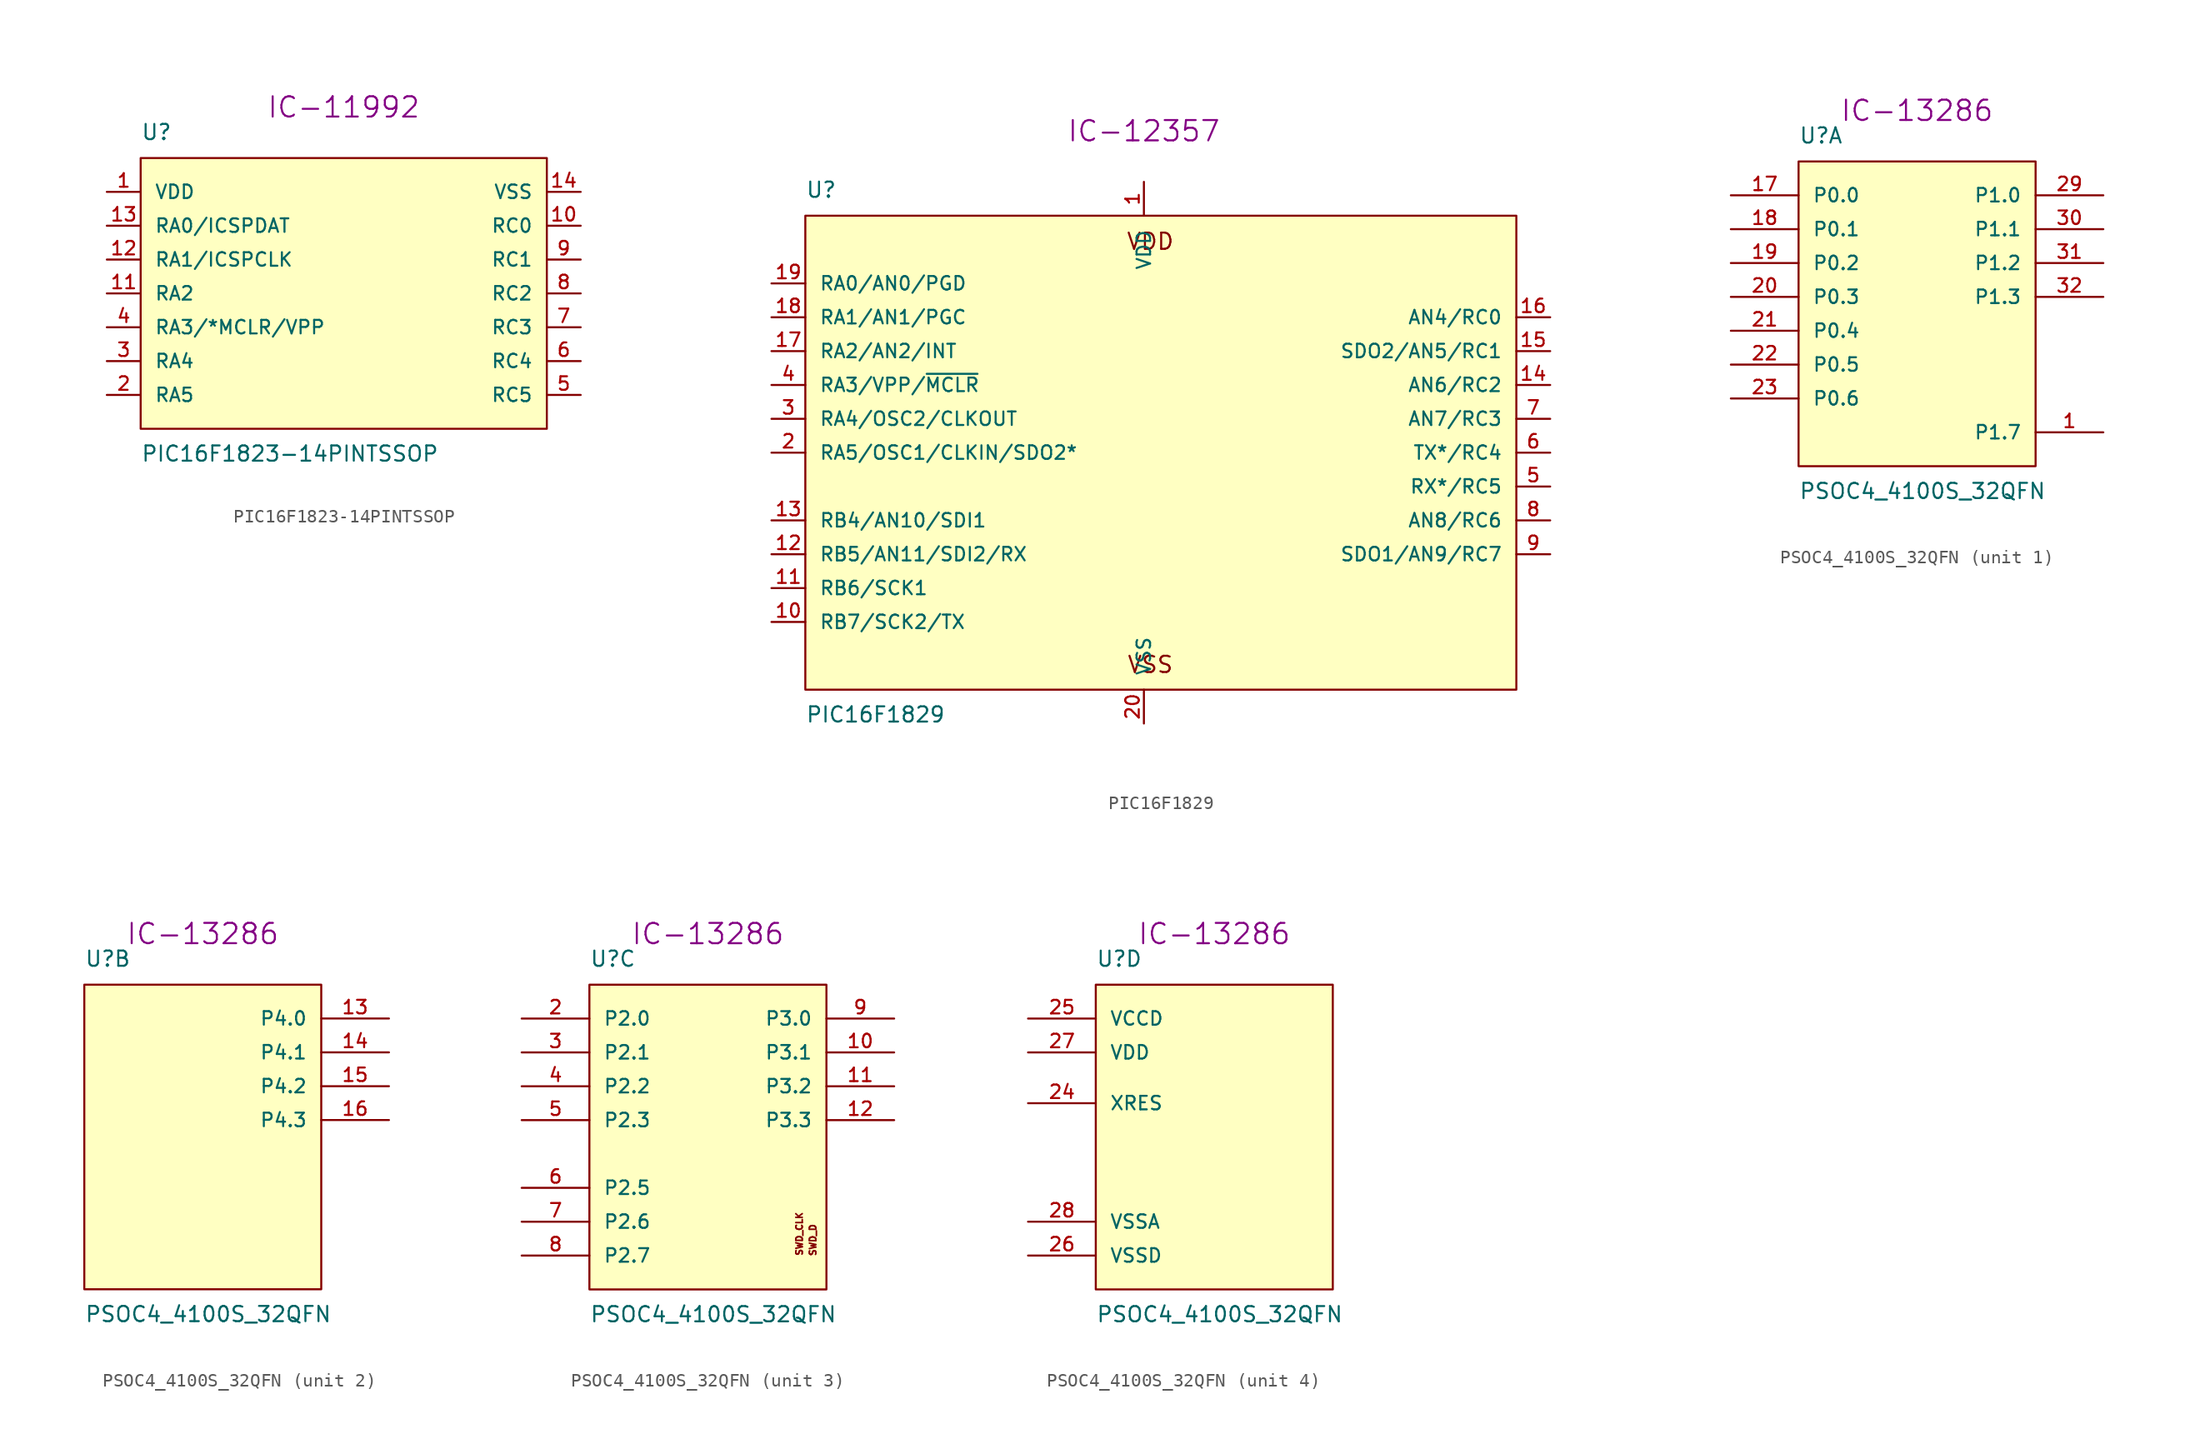
<source format=kicad_sym>
(kicad_symbol_lib
  (version 20201005)
  (generator kicad_symbol_editor)
  (symbol "PIC16F1823-14PINTSSOP"
    (pin_names
      (offset 1.016))
    (property "Reference" "U"
      (at -15.24 11.43 0)
      (effects (font (size 1.143 1.143)) (justify left bottom)))
    (property "Value" "PIC16F1823-14PINTSSOP"
      (at -15.24 -12.7 0)
      (effects (font (size 1.143 1.143)) (justify left bottom)))
    (property "Field4" "IC-11992"
      (at 0 13.97 0)
      (effects (font (size 1.524 1.524))))
    (property "ki_locked" ""
      (at 0 0 0)
      (effects (font (size 1.27 1.27))))
    (symbol "PIC16F1823-14PINTSSOP_1_1"
      (polyline (pts (xy 15.24 -10.16) (xy -15.24 -10.16) (xy -15.24 10.16) (xy 15.24 10.16) (xy 15.24 -10.16)) (stroke (width 0)) (fill (type background)))
      (pin power_in line (at -17.78 7.62 0) (length 2.54) (name "VDD" (effects (font (size 1.016 1.016)))) (number "1" (effects (font (size 1.016 1.016)))))
      (pin bidirectional line (at -17.78 -7.62 0) (length 2.54) (name "RA5" (effects (font (size 1.016 1.016)))) (number "2" (effects (font (size 1.016 1.016)))))
      (pin bidirectional line (at -17.78 -5.08 0) (length 2.54) (name "RA4" (effects (font (size 1.016 1.016)))) (number "3" (effects (font (size 1.016 1.016)))))
      (pin input line (at -17.78 -2.54 0) (length 2.54) (name "RA3/*MCLR/VPP" (effects (font (size 1.016 1.016)))) (number "4" (effects (font (size 1.016 1.016)))))
      (pin bidirectional line (at 17.78 -7.62 180) (length 2.54) (name "RC5" (effects (font (size 1.016 1.016)))) (number "5" (effects (font (size 1.016 1.016)))))
      (pin bidirectional line (at 17.78 -5.08 180) (length 2.54) (name "RC4" (effects (font (size 1.016 1.016)))) (number "6" (effects (font (size 1.016 1.016)))))
      (pin bidirectional line (at 17.78 -2.54 180) (length 2.54) (name "RC3" (effects (font (size 1.016 1.016)))) (number "7" (effects (font (size 1.016 1.016)))))
      (pin bidirectional line (at 17.78 0 180) (length 2.54) (name "RC2" (effects (font (size 1.016 1.016)))) (number "8" (effects (font (size 1.016 1.016)))))
      (pin bidirectional line (at 17.78 2.54 180) (length 2.54) (name "RC1" (effects (font (size 1.016 1.016)))) (number "9" (effects (font (size 1.016 1.016)))))
      (pin bidirectional line (at 17.78 5.08 180) (length 2.54) (name "RC0" (effects (font (size 1.016 1.016)))) (number "10" (effects (font (size 1.016 1.016)))))
      (pin bidirectional line (at -17.78 0 0) (length 2.54) (name "RA2" (effects (font (size 1.016 1.016)))) (number "11" (effects (font (size 1.016 1.016)))))
      (pin bidirectional line (at -17.78 2.54 0) (length 2.54) (name "RA1/ICSPCLK" (effects (font (size 1.016 1.016)))) (number "12" (effects (font (size 1.016 1.016)))))
      (pin bidirectional line (at -17.78 5.08 0) (length 2.54) (name "RA0/ICSPDAT" (effects (font (size 1.016 1.016)))) (number "13" (effects (font (size 1.016 1.016)))))
      (pin power_in line (at 17.78 7.62 180) (length 2.54) (name "VSS" (effects (font (size 1.016 1.016)))) (number "14" (effects (font (size 1.016 1.016)))))))
  (symbol "PIC16F1829"
    (pin_names
      (offset 1.016))
    (property "Reference" "U"
      (at -25.4 21.59 0)
      (effects (font (size 1.143 1.143)) (justify left bottom)))
    (property "Value" "PIC16F1829"
      (at -25.4 -17.78 0)
      (effects (font (size 1.143 1.143)) (justify left bottom)))
    (property "Field4" "IC-12357"
      (at 0 26.67 0)
      (effects (font (size 1.524 1.524))))
    (property "ki_locked" ""
      (at 0 0 0)
      (effects (font (size 1.27 1.27))))
    (symbol "PIC16F1829_1_0"
      (text "VDD" (at 0.483 18.39 0) (effects (font (size 1.219 1.219))))
      (text "VSS" (at 0.483 -13.36 0) (effects (font (size 1.219 1.219)))))
    (symbol "PIC16F1829_1_1"
      (polyline (pts (xy -25.4 20.32) (xy 27.94 20.32) (xy 27.94 -15.24) (xy -25.4 -15.24) (xy -25.4 20.32)) (stroke (width 0)) (fill (type background)))
      (pin power_in line (at 0 22.86 270) (length 2.54) (name "VDD" (effects (font (size 1.016 1.016)))) (number "1" (effects (font (size 1.016 1.016)))))
      (pin bidirectional line (at -27.94 2.54 0) (length 2.54) (name "RA5/OSC1/CLKIN/SDO2*" (effects (font (size 1.016 1.016)))) (number "2" (effects (font (size 1.016 1.016)))))
      (pin bidirectional line (at -27.94 5.08 0) (length 2.54) (name "RA4/OSC2/CLKOUT" (effects (font (size 1.016 1.016)))) (number "3" (effects (font (size 1.016 1.016)))))
      (pin input line (at -27.94 7.62 0) (length 2.54) (name "RA3/VPP/~MCLR" (effects (font (size 1.016 1.016)))) (number "4" (effects (font (size 1.016 1.016)))))
      (pin bidirectional line (at 30.48 0 180) (length 2.54) (name "RX*/RC5" (effects (font (size 1.016 1.016)))) (number "5" (effects (font (size 1.016 1.016)))))
      (pin bidirectional line (at 30.48 2.54 180) (length 2.54) (name "TX*/RC4" (effects (font (size 1.016 1.016)))) (number "6" (effects (font (size 1.016 1.016)))))
      (pin bidirectional line (at 30.48 5.08 180) (length 2.54) (name "AN7/RC3" (effects (font (size 1.016 1.016)))) (number "7" (effects (font (size 1.016 1.016)))))
      (pin bidirectional line (at 30.48 -2.54 180) (length 2.54) (name "AN8/RC6" (effects (font (size 1.016 1.016)))) (number "8" (effects (font (size 1.016 1.016)))))
      (pin bidirectional line (at 30.48 -5.08 180) (length 2.54) (name "SDO1/AN9/RC7" (effects (font (size 1.016 1.016)))) (number "9" (effects (font (size 1.016 1.016)))))
      (pin bidirectional line (at -27.94 -10.16 0) (length 2.54) (name "RB7/SCK2/TX" (effects (font (size 1.016 1.016)))) (number "10" (effects (font (size 1.016 1.016)))))
      (pin power_in line (at 0 -17.78 90) (length 2.54) (name "VSS" (effects (font (size 1.016 1.016)))) (number "20" (effects (font (size 1.016 1.016)))))
      (pin bidirectional line (at -27.94 -7.62 0) (length 2.54) (name "RB6/SCK1" (effects (font (size 1.016 1.016)))) (number "11" (effects (font (size 1.016 1.016)))))
      (pin bidirectional line (at -27.94 -5.08 0) (length 2.54) (name "RB5/AN11/SDI2/RX" (effects (font (size 1.016 1.016)))) (number "12" (effects (font (size 1.016 1.016)))))
      (pin bidirectional line (at -27.94 -2.54 0) (length 2.54) (name "RB4/AN10/SDI1" (effects (font (size 1.016 1.016)))) (number "13" (effects (font (size 1.016 1.016)))))
      (pin bidirectional line (at 30.48 7.62 180) (length 2.54) (name "AN6/RC2" (effects (font (size 1.016 1.016)))) (number "14" (effects (font (size 1.016 1.016)))))
      (pin bidirectional line (at 30.48 10.16 180) (length 2.54) (name "SDO2/AN5/RC1" (effects (font (size 1.016 1.016)))) (number "15" (effects (font (size 1.016 1.016)))))
      (pin bidirectional line (at 30.48 12.7 180) (length 2.54) (name "AN4/RC0" (effects (font (size 1.016 1.016)))) (number "16" (effects (font (size 1.016 1.016)))))
      (pin bidirectional line (at -27.94 10.16 0) (length 2.54) (name "RA2/AN2/INT" (effects (font (size 1.016 1.016)))) (number "17" (effects (font (size 1.016 1.016)))))
      (pin bidirectional line (at -27.94 12.7 0) (length 2.54) (name "RA1/AN1/PGC" (effects (font (size 1.016 1.016)))) (number "18" (effects (font (size 1.016 1.016)))))
      (pin bidirectional line (at -27.94 15.24 0) (length 2.54) (name "RA0/AN0/PGD" (effects (font (size 1.016 1.016)))) (number "19" (effects (font (size 1.016 1.016)))))))
  (symbol "PSOC4_4100S_32QFN"
    (pin_names
      (offset 1.016))
    (property "Reference" "U"
      (at -8.89 12.7 0)
      (effects (font (size 1.143 1.143)) (justify left bottom)))
    (property "Value" "PSOC4_4100S_32QFN"
      (at -8.89 -13.97 0)
      (effects (font (size 1.143 1.143)) (justify left bottom)))
    (property "Field4" "IC-13286"
      (at 0 15.24 0)
      (effects (font (size 1.524 1.524))))
    (property "ki_locked" ""
      (at 0 0 0)
      (effects (font (size 1.27 1.27))))
    (symbol "PSOC4_4100S_32QFN_1_1"
      (polyline (pts (xy -8.89 -11.43) (xy -8.89 11.43) (xy 8.89 11.43) (xy 8.89 -11.43) (xy -8.89 -11.43)) (stroke (width 0)) (fill (type background)))
      (pin bidirectional line (at 13.97 -8.89 180) (length 5.08) (name "P1.7" (effects (font (size 1.016 1.016)))) (number "1" (effects (font (size 1.016 1.016)))))
      (pin bidirectional line (at -13.97 1.27 0) (length 5.08) (name "P0.3" (effects (font (size 1.016 1.016)))) (number "20" (effects (font (size 1.016 1.016)))))
      (pin bidirectional line (at 13.97 6.35 180) (length 5.08) (name "P1.1" (effects (font (size 1.016 1.016)))) (number "30" (effects (font (size 1.016 1.016)))))
      (pin bidirectional line (at -13.97 -1.27 0) (length 5.08) (name "P0.4" (effects (font (size 1.016 1.016)))) (number "21" (effects (font (size 1.016 1.016)))))
      (pin bidirectional line (at 13.97 3.81 180) (length 5.08) (name "P1.2" (effects (font (size 1.016 1.016)))) (number "31" (effects (font (size 1.016 1.016)))))
      (pin bidirectional line (at -13.97 -3.81 0) (length 5.08) (name "P0.5" (effects (font (size 1.016 1.016)))) (number "22" (effects (font (size 1.016 1.016)))))
      (pin bidirectional line (at 13.97 1.27 180) (length 5.08) (name "P1.3" (effects (font (size 1.016 1.016)))) (number "32" (effects (font (size 1.016 1.016)))))
      (pin bidirectional line (at -13.97 -6.35 0) (length 5.08) (name "P0.6" (effects (font (size 1.016 1.016)))) (number "23" (effects (font (size 1.016 1.016)))))
      (pin bidirectional line (at -13.97 8.89 0) (length 5.08) (name "P0.0" (effects (font (size 1.016 1.016)))) (number "17" (effects (font (size 1.016 1.016)))))
      (pin bidirectional line (at -13.97 6.35 0) (length 5.08) (name "P0.1" (effects (font (size 1.016 1.016)))) (number "18" (effects (font (size 1.016 1.016)))))
      (pin bidirectional line (at -13.97 3.81 0) (length 5.08) (name "P0.2" (effects (font (size 1.016 1.016)))) (number "19" (effects (font (size 1.016 1.016)))))
      (pin bidirectional line (at 13.97 8.89 180) (length 5.08) (name "P1.0" (effects (font (size 1.016 1.016)))) (number "29" (effects (font (size 1.016 1.016))))))
    (symbol "PSOC4_4100S_32QFN_2_1"
      (polyline (pts (xy -8.89 -11.43) (xy -8.89 11.43) (xy 8.89 11.43) (xy 8.89 -11.43) (xy -8.89 -11.43)) (stroke (width 0)) (fill (type background)))
      (pin bidirectional line (at 13.97 8.89 180) (length 5.08) (name "P4.0" (effects (font (size 1.016 1.016)))) (number "13" (effects (font (size 1.016 1.016)))))
      (pin bidirectional line (at 13.97 6.35 180) (length 5.08) (name "P4.1" (effects (font (size 1.016 1.016)))) (number "14" (effects (font (size 1.016 1.016)))))
      (pin bidirectional line (at 13.97 3.81 180) (length 5.08) (name "P4.2" (effects (font (size 1.016 1.016)))) (number "15" (effects (font (size 1.016 1.016)))))
      (pin bidirectional line (at 13.97 1.27 180) (length 5.08) (name "P4.3" (effects (font (size 1.016 1.016)))) (number "16" (effects (font (size 1.016 1.016))))))
    (symbol "PSOC4_4100S_32QFN_3_0"
      (text "SWD_CLK" (at 6.858 -7.264 900) (effects (font (size 0.483 0.483))))
      (text "SWD_D" (at 7.874 -7.722 900) (effects (font (size 0.483 0.483)))))
    (symbol "PSOC4_4100S_32QFN_3_1"
      (polyline (pts (xy -8.89 -11.43) (xy -8.89 11.43) (xy 8.89 11.43) (xy 8.89 -11.43) (xy -8.89 -11.43)) (stroke (width 0)) (fill (type background)))
      (pin bidirectional line (at -13.97 8.89 0) (length 5.08) (name "P2.0" (effects (font (size 1.016 1.016)))) (number "2" (effects (font (size 1.016 1.016)))))
      (pin bidirectional line (at -13.97 6.35 0) (length 5.08) (name "P2.1" (effects (font (size 1.016 1.016)))) (number "3" (effects (font (size 1.016 1.016)))))
      (pin bidirectional line (at -13.97 3.81 0) (length 5.08) (name "P2.2" (effects (font (size 1.016 1.016)))) (number "4" (effects (font (size 1.016 1.016)))))
      (pin bidirectional line (at -13.97 1.27 0) (length 5.08) (name "P2.3" (effects (font (size 1.016 1.016)))) (number "5" (effects (font (size 1.016 1.016)))))
      (pin bidirectional line (at -13.97 -3.81 0) (length 5.08) (name "P2.5" (effects (font (size 1.016 1.016)))) (number "6" (effects (font (size 1.016 1.016)))))
      (pin bidirectional line (at -13.97 -6.35 0) (length 5.08) (name "P2.6" (effects (font (size 1.016 1.016)))) (number "7" (effects (font (size 1.016 1.016)))))
      (pin bidirectional line (at -13.97 -8.89 0) (length 5.08) (name "P2.7" (effects (font (size 1.016 1.016)))) (number "8" (effects (font (size 1.016 1.016)))))
      (pin bidirectional line (at 13.97 8.89 180) (length 5.08) (name "P3.0" (effects (font (size 1.016 1.016)))) (number "9" (effects (font (size 1.016 1.016)))))
      (pin bidirectional line (at 13.97 6.35 180) (length 5.08) (name "P3.1" (effects (font (size 1.016 1.016)))) (number "10" (effects (font (size 1.016 1.016)))))
      (pin bidirectional line (at 13.97 3.81 180) (length 5.08) (name "P3.2" (effects (font (size 1.016 1.016)))) (number "11" (effects (font (size 1.016 1.016)))))
      (pin bidirectional line (at 13.97 1.27 180) (length 5.08) (name "P3.3" (effects (font (size 1.016 1.016)))) (number "12" (effects (font (size 1.016 1.016))))))
    (symbol "PSOC4_4100S_32QFN_4_1"
      (polyline (pts (xy -8.89 -11.43) (xy -8.89 11.43) (xy 8.89 11.43) (xy 8.89 -11.43) (xy -8.89 -11.43)) (stroke (width 0)) (fill (type background)))
      (pin bidirectional line (at -13.97 2.54 0) (length 5.08) (name "XRES" (effects (font (size 1.016 1.016)))) (number "24" (effects (font (size 1.016 1.016)))))
      (pin bidirectional line (at -13.97 8.89 0) (length 5.08) (name "VCCD" (effects (font (size 1.016 1.016)))) (number "25" (effects (font (size 1.016 1.016)))))
      (pin bidirectional line (at -13.97 -8.89 0) (length 5.08) (name "VSSD" (effects (font (size 1.016 1.016)))) (number "26" (effects (font (size 1.016 1.016)))))
      (pin bidirectional line (at -13.97 6.35 0) (length 5.08) (name "VDD" (effects (font (size 1.016 1.016)))) (number "27" (effects (font (size 1.016 1.016)))))
      (pin bidirectional line (at -13.97 -6.35 0) (length 5.08) (name "VSSA" (effects (font (size 1.016 1.016)))) (number "28" (effects (font (size 1.016 1.016)))))
      (pin bidirectional line (at -13.97 -8.89 0) (length 5.08) hide (name "VSSD" (effects (font (size 1.016 1.016)))) (number "EP" (effects (font (size 1.016 1.016))))))))
</source>
